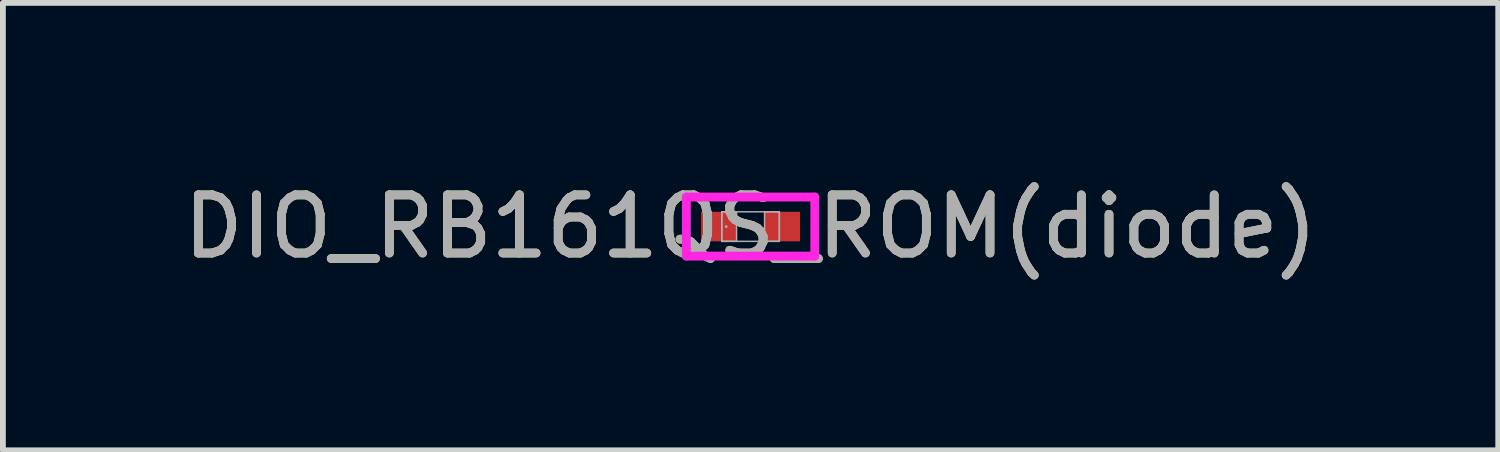
<source format=kicad_pcb>
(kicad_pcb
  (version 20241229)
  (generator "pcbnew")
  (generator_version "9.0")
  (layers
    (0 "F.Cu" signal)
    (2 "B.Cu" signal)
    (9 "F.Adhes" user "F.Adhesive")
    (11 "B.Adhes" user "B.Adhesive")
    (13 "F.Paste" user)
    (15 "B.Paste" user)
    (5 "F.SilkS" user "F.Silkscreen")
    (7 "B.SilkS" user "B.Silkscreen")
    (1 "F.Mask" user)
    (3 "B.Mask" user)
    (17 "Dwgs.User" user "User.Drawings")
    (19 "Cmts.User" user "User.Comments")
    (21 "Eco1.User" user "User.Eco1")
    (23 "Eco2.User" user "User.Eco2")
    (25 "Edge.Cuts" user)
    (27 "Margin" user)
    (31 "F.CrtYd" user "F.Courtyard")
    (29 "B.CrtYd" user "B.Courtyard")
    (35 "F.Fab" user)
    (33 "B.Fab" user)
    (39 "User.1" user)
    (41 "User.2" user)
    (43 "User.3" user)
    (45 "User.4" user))
  (footprint "DIO_RB161QS_ROM(diode)"
    (layer "F.Cu")
    (at 9.863 0.848)
    (property "Reference" "DIO_RB161QS_ROM(diode)" (at 0 0 0) (unlocked yes) (layer "F.SilkS") (effects (font (size 1 1) (thickness 0.15))))
    (attr smd)
    (fp_line (start -1.105 -0.508) (end 1.105 -0.508) (stroke (width 0.152) (type solid)) (layer "F.CrtYd"))
    (fp_line (start -1.105 0.508) (end -1.105 -0.508) (stroke (width 0.152) (type solid)) (layer "F.CrtYd"))
    (fp_line (start 1.105 -0.508) (end 1.105 0.508) (stroke (width 0.152) (type solid)) (layer "F.CrtYd"))
    (fp_line (start 1.105 0.508) (end -1.105 0.508) (stroke (width 0.152) (type solid)) (layer "F.CrtYd"))
    (fp_line (start -0.495 -0.254) (end -0.495 0.254) (stroke (width 0.025) (type solid)) (layer "F.Fab"))
    (fp_line (start -0.495 -0.254) (end -0.495 0.254) (stroke (width 0.025) (type solid)) (layer "F.Fab"))
    (fp_line (start -0.495 0.254) (end -0.241 0.254) (stroke (width 0.025) (type solid)) (layer "F.Fab"))
    (fp_line (start -0.495 0.254) (end 0.495 0.254) (stroke (width 0.025) (type solid)) (layer "F.Fab"))
    (fp_line (start -0.241 -0.254) (end -0.495 -0.254) (stroke (width 0.025) (type solid)) (layer "F.Fab"))
    (fp_line (start -0.241 0.254) (end -0.241 -0.254) (stroke (width 0.025) (type solid)) (layer "F.Fab"))
    (fp_line (start 0.241 -0.254) (end 0.241 0.254) (stroke (width 0.025) (type solid)) (layer "F.Fab"))
    (fp_line (start 0.241 0.254) (end 0.495 0.254) (stroke (width 0.025) (type solid)) (layer "F.Fab"))
    (fp_line (start 0.495 -0.254) (end -0.495 -0.254) (stroke (width 0.025) (type solid)) (layer "F.Fab"))
    (fp_line (start 0.495 -0.254) (end 0.241 -0.254) (stroke (width 0.025) (type solid)) (layer "F.Fab"))
    (fp_line (start 0.495 0.254) (end 0.495 -0.254) (stroke (width 0.025) (type solid)) (layer "F.Fab"))
    (fp_line (start 0.495 0.254) (end 0.495 -0.254) (stroke (width 0.025) (type solid)) (layer "F.Fab"))
    (fp_circle (center -0.419 0) (end -0.419 0) (stroke (width 0.025) (type solid)) (fill no) (layer "F.Fab"))
    (fp_text user "${REFERENCE}" (at 0 0 0) (unlocked yes) (layer "F.Fab") (effects (font (size 1 1) (thickness 0.15))))
    (pad "1" smd rect (at -0.546 0) (size 0.61 0.508) (layers "F.Cu" "F.Mask" "F.Paste"))
    (pad "2" smd rect (at 0.546 0) (size 0.61 0.508) (layers "F.Cu" "F.Mask" "F.Paste"))
    (zone (net_name "") (layer "F.Cu") (hatch full 0.508) (connect_pads) (min_thickness 0.254) (filled_areas_thickness no) (keepout (tracks not_allowed) (vias not_allowed) (pads allowed) (copperpour not_allowed) (footprints allowed)) (placement (enabled no)) (fill) (polygon (pts (xy 9.673 0.645) (xy 10.054 0.645) (xy 10.054 1.051) (xy 9.673 1.051)))))
  (gr_rect
    (start -3 -3)
    (end 22.726 4.697)
    (stroke (width 0.1) (type default))
    (fill no)
    (layer "Edge.Cuts")))
</source>
